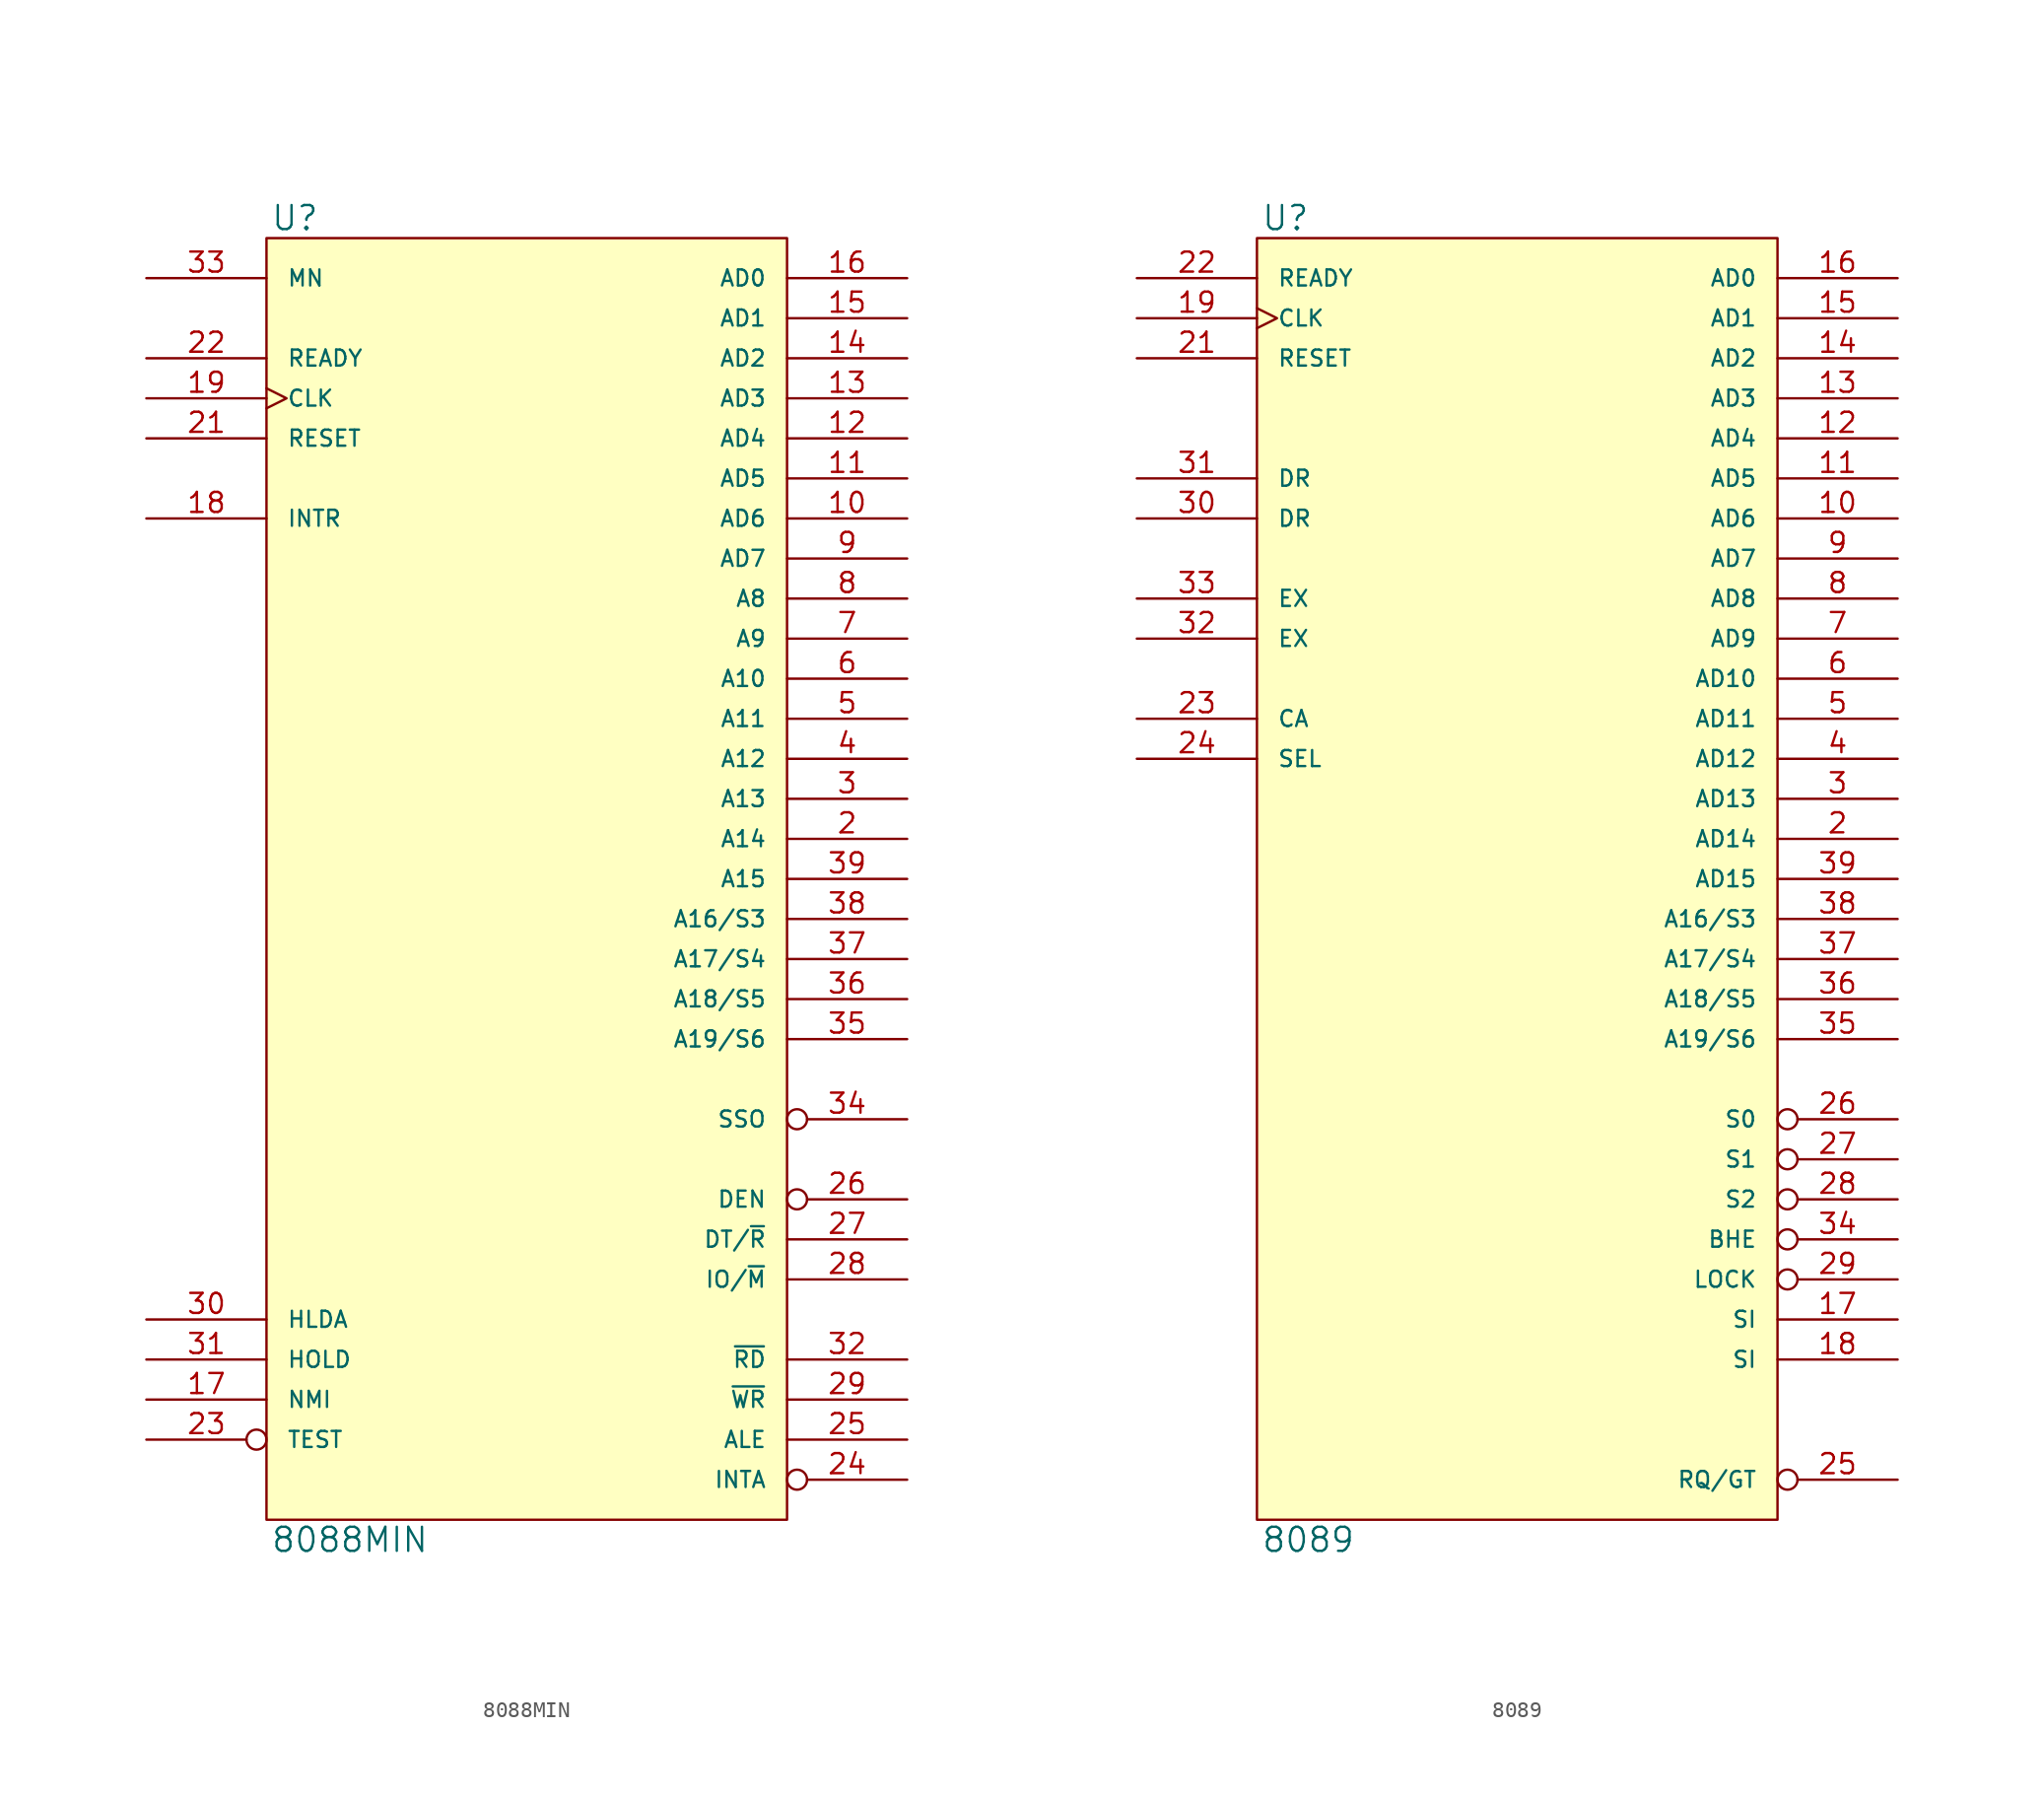
<source format=kicad_sym>
(kicad_symbol_lib
  (version 20231120)
  (generator "kicad_symbol_editor")
  (generator_version "8.0")
  (symbol "8088MIN"
    (pin_names
      (offset 1.27))
    (property "Reference" "U"
      (at 0.254 0.381 0)
      (effects (font (size 1.524 1.524)) (justify left bottom)))
    (property "Value" "8088MIN"
      (at 0.254 -81.661 0)
      (effects (font (size 1.524 1.524)) (justify left top)))
    (symbol "8088MIN_0_1"
      (rectangle (start 0 0) (end 33.02 -81.28) (stroke (width 0) (type solid)) (fill (type background))))
    (symbol "8088MIN_1_1"
      (pin power_in line (at 12.7 -81.28 90) (length 0) hide (name "GND" (effects (font (size 1.016 1.016)))) (number "1" (effects (font (size 1.27 1.27)))))
      (pin bidirectional line (at 40.64 -17.78 180) (length 7.62) (name "AD6" (effects (font (size 1.016 1.016)))) (number "10" (effects (font (size 1.27 1.27)))))
      (pin bidirectional line (at 40.64 -15.24 180) (length 7.62) (name "AD5" (effects (font (size 1.016 1.016)))) (number "11" (effects (font (size 1.27 1.27)))))
      (pin bidirectional line (at 40.64 -12.7 180) (length 7.62) (name "AD4" (effects (font (size 1.016 1.016)))) (number "12" (effects (font (size 1.27 1.27)))))
      (pin bidirectional line (at 40.64 -10.16 180) (length 7.62) (name "AD3" (effects (font (size 1.016 1.016)))) (number "13" (effects (font (size 1.27 1.27)))))
      (pin bidirectional line (at 40.64 -7.62 180) (length 7.62) (name "AD2" (effects (font (size 1.016 1.016)))) (number "14" (effects (font (size 1.27 1.27)))))
      (pin bidirectional line (at 40.64 -5.08 180) (length 7.62) (name "AD1" (effects (font (size 1.016 1.016)))) (number "15" (effects (font (size 1.27 1.27)))))
      (pin bidirectional line (at 40.64 -2.54 180) (length 7.62) (name "AD0" (effects (font (size 1.016 1.016)))) (number "16" (effects (font (size 1.27 1.27)))))
      (pin input line (at -7.62 -73.66 0) (length 7.62) (name "NMI" (effects (font (size 1.016 1.016)))) (number "17" (effects (font (size 1.27 1.27)))))
      (pin input line (at -7.62 -17.78 0) (length 7.62) (name "INTR" (effects (font (size 1.016 1.016)))) (number "18" (effects (font (size 1.27 1.27)))))
      (pin input clock (at -7.62 -10.16 0) (length 7.62) (name "CLK" (effects (font (size 1.016 1.016)))) (number "19" (effects (font (size 1.27 1.27)))))
      (pin bidirectional line (at 40.64 -38.1 180) (length 7.62) (name "A14" (effects (font (size 1.016 1.016)))) (number "2" (effects (font (size 1.27 1.27)))))
      (pin power_in line (at 0 -81.28 90) (length 0) hide (name "GND" (effects (font (size 1.016 1.016)))) (number "20" (effects (font (size 1.27 1.27)))))
      (pin input line (at -7.62 -12.7 0) (length 7.62) (name "RESET" (effects (font (size 1.016 1.016)))) (number "21" (effects (font (size 1.27 1.27)))))
      (pin input line (at -7.62 -7.62 0) (length 7.62) (name "READY" (effects (font (size 1.016 1.016)))) (number "22" (effects (font (size 1.27 1.27)))))
      (pin input inverted (at -7.62 -76.2 0) (length 7.62) (name "TEST" (effects (font (size 1.016 1.016)))) (number "23" (effects (font (size 1.27 1.27)))))
      (pin output inverted (at 40.64 -78.74 180) (length 7.62) (name "INTA" (effects (font (size 1.016 1.016)))) (number "24" (effects (font (size 1.27 1.27)))))
      (pin output line (at 40.64 -76.2 180) (length 7.62) (name "ALE" (effects (font (size 1.016 1.016)))) (number "25" (effects (font (size 1.27 1.27)))))
      (pin output inverted (at 40.64 -60.96 180) (length 7.62) (name "DEN" (effects (font (size 1.016 1.016)))) (number "26" (effects (font (size 1.27 1.27)))))
      (pin output line (at 40.64 -63.5 180) (length 7.62) (name "DT/~{R}" (effects (font (size 1.016 1.016)))) (number "27" (effects (font (size 1.27 1.27)))))
      (pin output line (at 40.64 -66.04 180) (length 7.62) (name "IO/~{M}" (effects (font (size 1.016 1.016)))) (number "28" (effects (font (size 1.27 1.27)))))
      (pin output line (at 40.64 -73.66 180) (length 7.62) (name "~{WR}" (effects (font (size 1.016 1.016)))) (number "29" (effects (font (size 1.27 1.27)))))
      (pin bidirectional line (at 40.64 -35.56 180) (length 7.62) (name "A13" (effects (font (size 1.016 1.016)))) (number "3" (effects (font (size 1.27 1.27)))))
      (pin output line (at -7.62 -68.58 0) (length 7.62) (name "HLDA" (effects (font (size 1.016 1.016)))) (number "30" (effects (font (size 1.27 1.27)))))
      (pin input line (at -7.62 -71.12 0) (length 7.62) (name "HOLD" (effects (font (size 1.016 1.016)))) (number "31" (effects (font (size 1.27 1.27)))))
      (pin output line (at 40.64 -71.12 180) (length 7.62) (name "~{RD}" (effects (font (size 1.016 1.016)))) (number "32" (effects (font (size 1.27 1.27)))))
      (pin input line (at -7.62 -2.54 0) (length 7.62) (name "MN" (effects (font (size 1.016 1.016)))) (number "33" (effects (font (size 1.27 1.27)))))
      (pin output inverted (at 40.64 -55.88 180) (length 7.62) (name "SSO" (effects (font (size 1.016 1.016)))) (number "34" (effects (font (size 1.27 1.27)))))
      (pin output line (at 40.64 -50.8 180) (length 7.62) (name "A19/S6" (effects (font (size 1.016 1.016)))) (number "35" (effects (font (size 1.27 1.27)))))
      (pin output line (at 40.64 -48.26 180) (length 7.62) (name "A18/S5" (effects (font (size 1.016 1.016)))) (number "36" (effects (font (size 1.27 1.27)))))
      (pin output line (at 40.64 -45.72 180) (length 7.62) (name "A17/S4" (effects (font (size 1.016 1.016)))) (number "37" (effects (font (size 1.27 1.27)))))
      (pin output line (at 40.64 -43.18 180) (length 7.62) (name "A16/S3" (effects (font (size 1.016 1.016)))) (number "38" (effects (font (size 1.27 1.27)))))
      (pin bidirectional line (at 40.64 -40.64 180) (length 7.62) (name "A15" (effects (font (size 1.016 1.016)))) (number "39" (effects (font (size 1.27 1.27)))))
      (pin bidirectional line (at 40.64 -33.02 180) (length 7.62) (name "A12" (effects (font (size 1.016 1.016)))) (number "4" (effects (font (size 1.27 1.27)))))
      (pin power_in line (at 0 0 270) (length 0) hide (name "VCC" (effects (font (size 1.016 1.016)))) (number "40" (effects (font (size 1.27 1.27)))))
      (pin bidirectional line (at 40.64 -30.48 180) (length 7.62) (name "A11" (effects (font (size 1.016 1.016)))) (number "5" (effects (font (size 1.27 1.27)))))
      (pin bidirectional line (at 40.64 -27.94 180) (length 7.62) (name "A10" (effects (font (size 1.016 1.016)))) (number "6" (effects (font (size 1.27 1.27)))))
      (pin bidirectional line (at 40.64 -25.4 180) (length 7.62) (name "A9" (effects (font (size 1.016 1.016)))) (number "7" (effects (font (size 1.27 1.27)))))
      (pin bidirectional line (at 40.64 -22.86 180) (length 7.62) (name "A8" (effects (font (size 1.016 1.016)))) (number "8" (effects (font (size 1.27 1.27)))))
      (pin bidirectional line (at 40.64 -20.32 180) (length 7.62) (name "AD7" (effects (font (size 1.016 1.016)))) (number "9" (effects (font (size 1.27 1.27)))))))
  (symbol "8089"
    (pin_names
      (offset 1.27))
    (property "Reference" "U"
      (at 0.254 0.381 0)
      (effects (font (size 1.524 1.524)) (justify left bottom)))
    (property "Value" "8089"
      (at 0.254 -81.661 0)
      (effects (font (size 1.524 1.524)) (justify left top)))
    (symbol "8089_0_1"
      (rectangle (start 0 0) (end 33.02 -81.28) (stroke (width 0) (type solid)) (fill (type background))))
    (symbol "8089_1_1"
      (pin power_in line (at 12.7 -81.28 90) (length 0) hide (name "VSS" (effects (font (size 1.016 1.016)))) (number "1" (effects (font (size 1.27 1.27)))))
      (pin bidirectional line (at 40.64 -17.78 180) (length 7.62) (name "AD6" (effects (font (size 1.016 1.016)))) (number "10" (effects (font (size 1.27 1.27)))))
      (pin bidirectional line (at 40.64 -15.24 180) (length 7.62) (name "AD5" (effects (font (size 1.016 1.016)))) (number "11" (effects (font (size 1.27 1.27)))))
      (pin bidirectional line (at 40.64 -12.7 180) (length 7.62) (name "AD4" (effects (font (size 1.016 1.016)))) (number "12" (effects (font (size 1.27 1.27)))))
      (pin bidirectional line (at 40.64 -10.16 180) (length 7.62) (name "AD3" (effects (font (size 1.016 1.016)))) (number "13" (effects (font (size 1.27 1.27)))))
      (pin bidirectional line (at 40.64 -7.62 180) (length 7.62) (name "AD2" (effects (font (size 1.016 1.016)))) (number "14" (effects (font (size 1.27 1.27)))))
      (pin bidirectional line (at 40.64 -5.08 180) (length 7.62) (name "AD1" (effects (font (size 1.016 1.016)))) (number "15" (effects (font (size 1.27 1.27)))))
      (pin bidirectional line (at 40.64 -2.54 180) (length 7.62) (name "AD0" (effects (font (size 1.016 1.016)))) (number "16" (effects (font (size 1.27 1.27)))))
      (pin output line (at 40.64 -68.58 180) (length 7.62) (name "SI" (effects (font (size 1.016 1.016)))) (number "17" (effects (font (size 1.27 1.27)))))
      (pin output line (at 40.64 -71.12 180) (length 7.62) (name "SI" (effects (font (size 1.016 1.016)))) (number "18" (effects (font (size 1.27 1.27)))))
      (pin input clock (at -7.62 -5.08 0) (length 7.62) (name "CLK" (effects (font (size 1.016 1.016)))) (number "19" (effects (font (size 1.27 1.27)))))
      (pin bidirectional line (at 40.64 -38.1 180) (length 7.62) (name "AD14" (effects (font (size 1.016 1.016)))) (number "2" (effects (font (size 1.27 1.27)))))
      (pin power_in line (at 0 -81.28 90) (length 0) hide (name "VSS" (effects (font (size 1.016 1.016)))) (number "20" (effects (font (size 1.27 1.27)))))
      (pin input line (at -7.62 -7.62 0) (length 7.62) (name "RESET" (effects (font (size 1.016 1.016)))) (number "21" (effects (font (size 1.27 1.27)))))
      (pin input line (at -7.62 -2.54 0) (length 7.62) (name "READY" (effects (font (size 1.016 1.016)))) (number "22" (effects (font (size 1.27 1.27)))))
      (pin input line (at -7.62 -30.48 0) (length 7.62) (name "CA" (effects (font (size 1.016 1.016)))) (number "23" (effects (font (size 1.27 1.27)))))
      (pin input line (at -7.62 -33.02 0) (length 7.62) (name "SEL" (effects (font (size 1.016 1.016)))) (number "24" (effects (font (size 1.27 1.27)))))
      (pin bidirectional inverted (at 40.64 -78.74 180) (length 7.62) (name "RQ/GT" (effects (font (size 1.016 1.016)))) (number "25" (effects (font (size 1.27 1.27)))))
      (pin output inverted (at 40.64 -55.88 180) (length 7.62) (name "S0" (effects (font (size 1.016 1.016)))) (number "26" (effects (font (size 1.27 1.27)))))
      (pin output inverted (at 40.64 -58.42 180) (length 7.62) (name "S1" (effects (font (size 1.016 1.016)))) (number "27" (effects (font (size 1.27 1.27)))))
      (pin output inverted (at 40.64 -60.96 180) (length 7.62) (name "S2" (effects (font (size 1.016 1.016)))) (number "28" (effects (font (size 1.27 1.27)))))
      (pin output inverted (at 40.64 -66.04 180) (length 7.62) (name "LOCK" (effects (font (size 1.016 1.016)))) (number "29" (effects (font (size 1.27 1.27)))))
      (pin bidirectional line (at 40.64 -35.56 180) (length 7.62) (name "AD13" (effects (font (size 1.016 1.016)))) (number "3" (effects (font (size 1.27 1.27)))))
      (pin input line (at -7.62 -17.78 0) (length 7.62) (name "DR" (effects (font (size 1.016 1.016)))) (number "30" (effects (font (size 1.27 1.27)))))
      (pin input line (at -7.62 -15.24 0) (length 7.62) (name "DR" (effects (font (size 1.016 1.016)))) (number "31" (effects (font (size 1.27 1.27)))))
      (pin input line (at -7.62 -25.4 0) (length 7.62) (name "EX" (effects (font (size 1.016 1.016)))) (number "32" (effects (font (size 1.27 1.27)))))
      (pin input line (at -7.62 -22.86 0) (length 7.62) (name "EX" (effects (font (size 1.016 1.016)))) (number "33" (effects (font (size 1.27 1.27)))))
      (pin output inverted (at 40.64 -63.5 180) (length 7.62) (name "BHE" (effects (font (size 1.016 1.016)))) (number "34" (effects (font (size 1.27 1.27)))))
      (pin output line (at 40.64 -50.8 180) (length 7.62) (name "A19/S6" (effects (font (size 1.016 1.016)))) (number "35" (effects (font (size 1.27 1.27)))))
      (pin output line (at 40.64 -48.26 180) (length 7.62) (name "A18/S5" (effects (font (size 1.016 1.016)))) (number "36" (effects (font (size 1.27 1.27)))))
      (pin output line (at 40.64 -45.72 180) (length 7.62) (name "A17/S4" (effects (font (size 1.016 1.016)))) (number "37" (effects (font (size 1.27 1.27)))))
      (pin output line (at 40.64 -43.18 180) (length 7.62) (name "A16/S3" (effects (font (size 1.016 1.016)))) (number "38" (effects (font (size 1.27 1.27)))))
      (pin bidirectional line (at 40.64 -40.64 180) (length 7.62) (name "AD15" (effects (font (size 1.016 1.016)))) (number "39" (effects (font (size 1.27 1.27)))))
      (pin bidirectional line (at 40.64 -33.02 180) (length 7.62) (name "AD12" (effects (font (size 1.016 1.016)))) (number "4" (effects (font (size 1.27 1.27)))))
      (pin power_in line (at 0 0 270) (length 0) hide (name "VCC" (effects (font (size 1.016 1.016)))) (number "40" (effects (font (size 1.27 1.27)))))
      (pin bidirectional line (at 40.64 -30.48 180) (length 7.62) (name "AD11" (effects (font (size 1.016 1.016)))) (number "5" (effects (font (size 1.27 1.27)))))
      (pin bidirectional line (at 40.64 -27.94 180) (length 7.62) (name "AD10" (effects (font (size 1.016 1.016)))) (number "6" (effects (font (size 1.27 1.27)))))
      (pin bidirectional line (at 40.64 -25.4 180) (length 7.62) (name "AD9" (effects (font (size 1.016 1.016)))) (number "7" (effects (font (size 1.27 1.27)))))
      (pin bidirectional line (at 40.64 -22.86 180) (length 7.62) (name "AD8" (effects (font (size 1.016 1.016)))) (number "8" (effects (font (size 1.27 1.27)))))
      (pin bidirectional line (at 40.64 -20.32 180) (length 7.62) (name "AD7" (effects (font (size 1.016 1.016)))) (number "9" (effects (font (size 1.27 1.27))))))))
</source>
